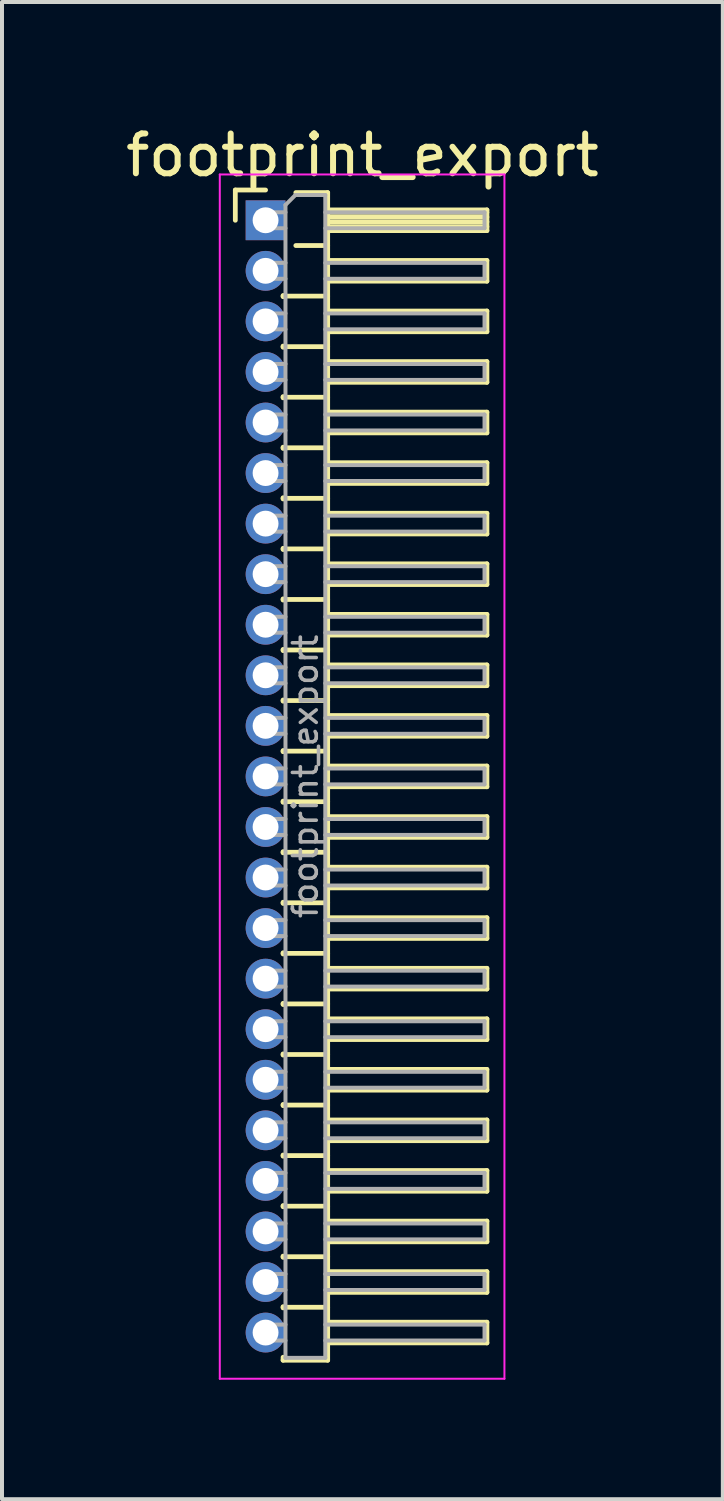
<source format=kicad_pcb>
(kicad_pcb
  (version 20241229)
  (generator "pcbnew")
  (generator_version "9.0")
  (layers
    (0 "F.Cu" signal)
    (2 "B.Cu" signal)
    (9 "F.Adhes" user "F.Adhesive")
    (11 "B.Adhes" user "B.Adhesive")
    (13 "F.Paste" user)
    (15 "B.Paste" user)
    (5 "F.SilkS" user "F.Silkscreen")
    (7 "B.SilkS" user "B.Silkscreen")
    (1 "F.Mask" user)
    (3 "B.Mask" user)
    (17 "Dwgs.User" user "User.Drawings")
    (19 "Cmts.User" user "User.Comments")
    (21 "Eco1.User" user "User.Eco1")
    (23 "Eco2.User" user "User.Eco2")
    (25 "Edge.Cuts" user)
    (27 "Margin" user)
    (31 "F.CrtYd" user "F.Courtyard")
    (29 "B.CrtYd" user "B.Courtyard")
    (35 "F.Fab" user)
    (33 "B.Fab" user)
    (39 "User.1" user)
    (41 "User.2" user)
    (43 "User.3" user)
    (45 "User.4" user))
  (footprint "footprint_export"
    (layer "F.Cu")
    (at 3.621 2.483)
    (property "Reference" "footprint_export" (at 2.433 -1.635 0) (layer "F.SilkS") (effects (font (size 1 1) (thickness 0.15))))
    (attr through_hole)
    (fp_line (start -0.76 -0.76) (end 0 -0.76) (stroke (width 0.12) (type solid)) (layer "F.SilkS"))
    (fp_line (start -0.76 0) (end -0.76 -0.76) (stroke (width 0.12) (type solid)) (layer "F.SilkS"))
    (fp_line (start 0.44 1.89) (end 0.44 1.92) (stroke (width 0.12) (type solid)) (layer "F.SilkS"))
    (fp_line (start 0.44 1.905) (end 1.56 1.905) (stroke (width 0.12) (type solid)) (layer "F.SilkS"))
    (fp_line (start 0.44 3.16) (end 0.44 3.19) (stroke (width 0.12) (type solid)) (layer "F.SilkS"))
    (fp_line (start 0.44 3.175) (end 1.56 3.175) (stroke (width 0.12) (type solid)) (layer "F.SilkS"))
    (fp_line (start 0.44 4.43) (end 0.44 4.46) (stroke (width 0.12) (type solid)) (layer "F.SilkS"))
    (fp_line (start 0.44 4.445) (end 1.56 4.445) (stroke (width 0.12) (type solid)) (layer "F.SilkS"))
    (fp_line (start 0.44 5.7) (end 0.44 5.73) (stroke (width 0.12) (type solid)) (layer "F.SilkS"))
    (fp_line (start 0.44 5.715) (end 1.56 5.715) (stroke (width 0.12) (type solid)) (layer "F.SilkS"))
    (fp_line (start 0.44 6.97) (end 0.44 7) (stroke (width 0.12) (type solid)) (layer "F.SilkS"))
    (fp_line (start 0.44 6.985) (end 1.56 6.985) (stroke (width 0.12) (type solid)) (layer "F.SilkS"))
    (fp_line (start 0.44 8.24) (end 0.44 8.27) (stroke (width 0.12) (type solid)) (layer "F.SilkS"))
    (fp_line (start 0.44 8.255) (end 1.56 8.255) (stroke (width 0.12) (type solid)) (layer "F.SilkS"))
    (fp_line (start 0.44 9.51) (end 0.44 9.54) (stroke (width 0.12) (type solid)) (layer "F.SilkS"))
    (fp_line (start 0.44 9.525) (end 1.56 9.525) (stroke (width 0.12) (type solid)) (layer "F.SilkS"))
    (fp_line (start 0.44 10.78) (end 0.44 10.81) (stroke (width 0.12) (type solid)) (layer "F.SilkS"))
    (fp_line (start 0.44 10.795) (end 1.56 10.795) (stroke (width 0.12) (type solid)) (layer "F.SilkS"))
    (fp_line (start 0.44 12.05) (end 0.44 12.08) (stroke (width 0.12) (type solid)) (layer "F.SilkS"))
    (fp_line (start 0.44 12.065) (end 1.56 12.065) (stroke (width 0.12) (type solid)) (layer "F.SilkS"))
    (fp_line (start 0.44 13.32) (end 0.44 13.35) (stroke (width 0.12) (type solid)) (layer "F.SilkS"))
    (fp_line (start 0.44 13.335) (end 1.56 13.335) (stroke (width 0.12) (type solid)) (layer "F.SilkS"))
    (fp_line (start 0.44 14.59) (end 0.44 14.62) (stroke (width 0.12) (type solid)) (layer "F.SilkS"))
    (fp_line (start 0.44 14.605) (end 1.56 14.605) (stroke (width 0.12) (type solid)) (layer "F.SilkS"))
    (fp_line (start 0.44 15.86) (end 0.44 15.89) (stroke (width 0.12) (type solid)) (layer "F.SilkS"))
    (fp_line (start 0.44 15.875) (end 1.56 15.875) (stroke (width 0.12) (type solid)) (layer "F.SilkS"))
    (fp_line (start 0.44 17.13) (end 0.44 17.16) (stroke (width 0.12) (type solid)) (layer "F.SilkS"))
    (fp_line (start 0.44 17.145) (end 1.56 17.145) (stroke (width 0.12) (type solid)) (layer "F.SilkS"))
    (fp_line (start 0.44 18.4) (end 0.44 18.43) (stroke (width 0.12) (type solid)) (layer "F.SilkS"))
    (fp_line (start 0.44 18.415) (end 1.56 18.415) (stroke (width 0.12) (type solid)) (layer "F.SilkS"))
    (fp_line (start 0.44 19.67) (end 0.44 19.7) (stroke (width 0.12) (type solid)) (layer "F.SilkS"))
    (fp_line (start 0.44 19.685) (end 1.56 19.685) (stroke (width 0.12) (type solid)) (layer "F.SilkS"))
    (fp_line (start 0.44 20.94) (end 0.44 20.97) (stroke (width 0.12) (type solid)) (layer "F.SilkS"))
    (fp_line (start 0.44 20.955) (end 1.56 20.955) (stroke (width 0.12) (type solid)) (layer "F.SilkS"))
    (fp_line (start 0.44 22.21) (end 0.44 22.24) (stroke (width 0.12) (type solid)) (layer "F.SilkS"))
    (fp_line (start 0.44 22.225) (end 1.56 22.225) (stroke (width 0.12) (type solid)) (layer "F.SilkS"))
    (fp_line (start 0.44 23.48) (end 0.44 23.51) (stroke (width 0.12) (type solid)) (layer "F.SilkS"))
    (fp_line (start 0.44 23.495) (end 1.56 23.495) (stroke (width 0.12) (type solid)) (layer "F.SilkS"))
    (fp_line (start 0.44 24.75) (end 0.44 24.78) (stroke (width 0.12) (type solid)) (layer "F.SilkS"))
    (fp_line (start 0.44 24.765) (end 1.56 24.765) (stroke (width 0.12) (type solid)) (layer "F.SilkS"))
    (fp_line (start 0.44 26.02) (end 0.44 26.05) (stroke (width 0.12) (type solid)) (layer "F.SilkS"))
    (fp_line (start 0.44 26.035) (end 1.56 26.035) (stroke (width 0.12) (type solid)) (layer "F.SilkS"))
    (fp_line (start 0.44 27.29) (end 0.44 27.32) (stroke (width 0.12) (type solid)) (layer "F.SilkS"))
    (fp_line (start 0.44 27.305) (end 1.56 27.305) (stroke (width 0.12) (type solid)) (layer "F.SilkS"))
    (fp_line (start 0.44 28.635) (end 0.44 28.56) (stroke (width 0.12) (type solid)) (layer "F.SilkS"))
    (fp_line (start 0.76 -0.695) (end 1.56 -0.695) (stroke (width 0.12) (type solid)) (layer "F.SilkS"))
    (fp_line (start 0.76 0.635) (end 1.56 0.635) (stroke (width 0.12) (type solid)) (layer "F.SilkS"))
    (fp_line (start 1.56 -0.695) (end 1.56 28.635) (stroke (width 0.12) (type solid)) (layer "F.SilkS"))
    (fp_line (start 1.56 -0.26) (end 5.56 -0.26) (stroke (width 0.12) (type solid)) (layer "F.SilkS"))
    (fp_line (start 1.56 -0.2) (end 5.56 -0.2) (stroke (width 0.12) (type solid)) (layer "F.SilkS"))
    (fp_line (start 1.56 -0.08) (end 5.56 -0.08) (stroke (width 0.12) (type solid)) (layer "F.SilkS"))
    (fp_line (start 1.56 0.04) (end 5.56 0.04) (stroke (width 0.12) (type solid)) (layer "F.SilkS"))
    (fp_line (start 1.56 0.16) (end 5.56 0.16) (stroke (width 0.12) (type solid)) (layer "F.SilkS"))
    (fp_line (start 1.56 1.01) (end 5.56 1.01) (stroke (width 0.12) (type solid)) (layer "F.SilkS"))
    (fp_line (start 1.56 2.28) (end 5.56 2.28) (stroke (width 0.12) (type solid)) (layer "F.SilkS"))
    (fp_line (start 1.56 3.55) (end 5.56 3.55) (stroke (width 0.12) (type solid)) (layer "F.SilkS"))
    (fp_line (start 1.56 4.82) (end 5.56 4.82) (stroke (width 0.12) (type solid)) (layer "F.SilkS"))
    (fp_line (start 1.56 6.09) (end 5.56 6.09) (stroke (width 0.12) (type solid)) (layer "F.SilkS"))
    (fp_line (start 1.56 7.36) (end 5.56 7.36) (stroke (width 0.12) (type solid)) (layer "F.SilkS"))
    (fp_line (start 1.56 8.63) (end 5.56 8.63) (stroke (width 0.12) (type solid)) (layer "F.SilkS"))
    (fp_line (start 1.56 9.9) (end 5.56 9.9) (stroke (width 0.12) (type solid)) (layer "F.SilkS"))
    (fp_line (start 1.56 11.17) (end 5.56 11.17) (stroke (width 0.12) (type solid)) (layer "F.SilkS"))
    (fp_line (start 1.56 12.44) (end 5.56 12.44) (stroke (width 0.12) (type solid)) (layer "F.SilkS"))
    (fp_line (start 1.56 13.71) (end 5.56 13.71) (stroke (width 0.12) (type solid)) (layer "F.SilkS"))
    (fp_line (start 1.56 14.98) (end 5.56 14.98) (stroke (width 0.12) (type solid)) (layer "F.SilkS"))
    (fp_line (start 1.56 16.25) (end 5.56 16.25) (stroke (width 0.12) (type solid)) (layer "F.SilkS"))
    (fp_line (start 1.56 17.52) (end 5.56 17.52) (stroke (width 0.12) (type solid)) (layer "F.SilkS"))
    (fp_line (start 1.56 18.79) (end 5.56 18.79) (stroke (width 0.12) (type solid)) (layer "F.SilkS"))
    (fp_line (start 1.56 20.06) (end 5.56 20.06) (stroke (width 0.12) (type solid)) (layer "F.SilkS"))
    (fp_line (start 1.56 21.33) (end 5.56 21.33) (stroke (width 0.12) (type solid)) (layer "F.SilkS"))
    (fp_line (start 1.56 22.6) (end 5.56 22.6) (stroke (width 0.12) (type solid)) (layer "F.SilkS"))
    (fp_line (start 1.56 23.87) (end 5.56 23.87) (stroke (width 0.12) (type solid)) (layer "F.SilkS"))
    (fp_line (start 1.56 25.14) (end 5.56 25.14) (stroke (width 0.12) (type solid)) (layer "F.SilkS"))
    (fp_line (start 1.56 26.41) (end 5.56 26.41) (stroke (width 0.12) (type solid)) (layer "F.SilkS"))
    (fp_line (start 1.56 27.68) (end 5.56 27.68) (stroke (width 0.12) (type solid)) (layer "F.SilkS"))
    (fp_line (start 1.56 28.635) (end 0.44 28.635) (stroke (width 0.12) (type solid)) (layer "F.SilkS"))
    (fp_line (start 5.56 -0.26) (end 5.56 0.26) (stroke (width 0.12) (type solid)) (layer "F.SilkS"))
    (fp_line (start 5.56 0.26) (end 1.56 0.26) (stroke (width 0.12) (type solid)) (layer "F.SilkS"))
    (fp_line (start 5.56 1.01) (end 5.56 1.53) (stroke (width 0.12) (type solid)) (layer "F.SilkS"))
    (fp_line (start 5.56 1.53) (end 1.56 1.53) (stroke (width 0.12) (type solid)) (layer "F.SilkS"))
    (fp_line (start 5.56 2.28) (end 5.56 2.8) (stroke (width 0.12) (type solid)) (layer "F.SilkS"))
    (fp_line (start 5.56 2.8) (end 1.56 2.8) (stroke (width 0.12) (type solid)) (layer "F.SilkS"))
    (fp_line (start 5.56 3.55) (end 5.56 4.07) (stroke (width 0.12) (type solid)) (layer "F.SilkS"))
    (fp_line (start 5.56 4.07) (end 1.56 4.07) (stroke (width 0.12) (type solid)) (layer "F.SilkS"))
    (fp_line (start 5.56 4.82) (end 5.56 5.34) (stroke (width 0.12) (type solid)) (layer "F.SilkS"))
    (fp_line (start 5.56 5.34) (end 1.56 5.34) (stroke (width 0.12) (type solid)) (layer "F.SilkS"))
    (fp_line (start 5.56 6.09) (end 5.56 6.61) (stroke (width 0.12) (type solid)) (layer "F.SilkS"))
    (fp_line (start 5.56 6.61) (end 1.56 6.61) (stroke (width 0.12) (type solid)) (layer "F.SilkS"))
    (fp_line (start 5.56 7.36) (end 5.56 7.88) (stroke (width 0.12) (type solid)) (layer "F.SilkS"))
    (fp_line (start 5.56 7.88) (end 1.56 7.88) (stroke (width 0.12) (type solid)) (layer "F.SilkS"))
    (fp_line (start 5.56 8.63) (end 5.56 9.15) (stroke (width 0.12) (type solid)) (layer "F.SilkS"))
    (fp_line (start 5.56 9.15) (end 1.56 9.15) (stroke (width 0.12) (type solid)) (layer "F.SilkS"))
    (fp_line (start 5.56 9.9) (end 5.56 10.42) (stroke (width 0.12) (type solid)) (layer "F.SilkS"))
    (fp_line (start 5.56 10.42) (end 1.56 10.42) (stroke (width 0.12) (type solid)) (layer "F.SilkS"))
    (fp_line (start 5.56 11.17) (end 5.56 11.69) (stroke (width 0.12) (type solid)) (layer "F.SilkS"))
    (fp_line (start 5.56 11.69) (end 1.56 11.69) (stroke (width 0.12) (type solid)) (layer "F.SilkS"))
    (fp_line (start 5.56 12.44) (end 5.56 12.96) (stroke (width 0.12) (type solid)) (layer "F.SilkS"))
    (fp_line (start 5.56 12.96) (end 1.56 12.96) (stroke (width 0.12) (type solid)) (layer "F.SilkS"))
    (fp_line (start 5.56 13.71) (end 5.56 14.23) (stroke (width 0.12) (type solid)) (layer "F.SilkS"))
    (fp_line (start 5.56 14.23) (end 1.56 14.23) (stroke (width 0.12) (type solid)) (layer "F.SilkS"))
    (fp_line (start 5.56 14.98) (end 5.56 15.5) (stroke (width 0.12) (type solid)) (layer "F.SilkS"))
    (fp_line (start 5.56 15.5) (end 1.56 15.5) (stroke (width 0.12) (type solid)) (layer "F.SilkS"))
    (fp_line (start 5.56 16.25) (end 5.56 16.77) (stroke (width 0.12) (type solid)) (layer "F.SilkS"))
    (fp_line (start 5.56 16.77) (end 1.56 16.77) (stroke (width 0.12) (type solid)) (layer "F.SilkS"))
    (fp_line (start 5.56 17.52) (end 5.56 18.04) (stroke (width 0.12) (type solid)) (layer "F.SilkS"))
    (fp_line (start 5.56 18.04) (end 1.56 18.04) (stroke (width 0.12) (type solid)) (layer "F.SilkS"))
    (fp_line (start 5.56 18.79) (end 5.56 19.31) (stroke (width 0.12) (type solid)) (layer "F.SilkS"))
    (fp_line (start 5.56 19.31) (end 1.56 19.31) (stroke (width 0.12) (type solid)) (layer "F.SilkS"))
    (fp_line (start 5.56 20.06) (end 5.56 20.58) (stroke (width 0.12) (type solid)) (layer "F.SilkS"))
    (fp_line (start 5.56 20.58) (end 1.56 20.58) (stroke (width 0.12) (type solid)) (layer "F.SilkS"))
    (fp_line (start 5.56 21.33) (end 5.56 21.85) (stroke (width 0.12) (type solid)) (layer "F.SilkS"))
    (fp_line (start 5.56 21.85) (end 1.56 21.85) (stroke (width 0.12) (type solid)) (layer "F.SilkS"))
    (fp_line (start 5.56 22.6) (end 5.56 23.12) (stroke (width 0.12) (type solid)) (layer "F.SilkS"))
    (fp_line (start 5.56 23.12) (end 1.56 23.12) (stroke (width 0.12) (type solid)) (layer "F.SilkS"))
    (fp_line (start 5.56 23.87) (end 5.56 24.39) (stroke (width 0.12) (type solid)) (layer "F.SilkS"))
    (fp_line (start 5.56 24.39) (end 1.56 24.39) (stroke (width 0.12) (type solid)) (layer "F.SilkS"))
    (fp_line (start 5.56 25.14) (end 5.56 25.66) (stroke (width 0.12) (type solid)) (layer "F.SilkS"))
    (fp_line (start 5.56 25.66) (end 1.56 25.66) (stroke (width 0.12) (type solid)) (layer "F.SilkS"))
    (fp_line (start 5.56 26.41) (end 5.56 26.93) (stroke (width 0.12) (type solid)) (layer "F.SilkS"))
    (fp_line (start 5.56 26.93) (end 1.56 26.93) (stroke (width 0.12) (type solid)) (layer "F.SilkS"))
    (fp_line (start 5.56 27.68) (end 5.56 28.2) (stroke (width 0.12) (type solid)) (layer "F.SilkS"))
    (fp_line (start 5.56 28.2) (end 1.56 28.2) (stroke (width 0.12) (type solid)) (layer "F.SilkS"))
    (fp_line (start -1.15 -1.15) (end -1.15 29.1) (stroke (width 0.05) (type solid)) (layer "F.CrtYd"))
    (fp_line (start -1.15 29.1) (end 6 29.1) (stroke (width 0.05) (type solid)) (layer "F.CrtYd"))
    (fp_line (start 6 -1.15) (end -1.15 -1.15) (stroke (width 0.05) (type solid)) (layer "F.CrtYd"))
    (fp_line (start 6 29.1) (end 6 -1.15) (stroke (width 0.05) (type solid)) (layer "F.CrtYd"))
    (fp_line (start -0.2 -0.2) (end -0.2 0.2) (stroke (width 0.1) (type solid)) (layer "F.Fab"))
    (fp_line (start -0.2 -0.2) (end 0.5 -0.2) (stroke (width 0.1) (type solid)) (layer "F.Fab"))
    (fp_line (start -0.2 0.2) (end 0.5 0.2) (stroke (width 0.1) (type solid)) (layer "F.Fab"))
    (fp_line (start -0.2 1.07) (end -0.2 1.47) (stroke (width 0.1) (type solid)) (layer "F.Fab"))
    (fp_line (start -0.2 1.07) (end 0.5 1.07) (stroke (width 0.1) (type solid)) (layer "F.Fab"))
    (fp_line (start -0.2 1.47) (end 0.5 1.47) (stroke (width 0.1) (type solid)) (layer "F.Fab"))
    (fp_line (start -0.2 2.34) (end -0.2 2.74) (stroke (width 0.1) (type solid)) (layer "F.Fab"))
    (fp_line (start -0.2 2.34) (end 0.5 2.34) (stroke (width 0.1) (type solid)) (layer "F.Fab"))
    (fp_line (start -0.2 2.74) (end 0.5 2.74) (stroke (width 0.1) (type solid)) (layer "F.Fab"))
    (fp_line (start -0.2 3.61) (end -0.2 4.01) (stroke (width 0.1) (type solid)) (layer "F.Fab"))
    (fp_line (start -0.2 3.61) (end 0.5 3.61) (stroke (width 0.1) (type solid)) (layer "F.Fab"))
    (fp_line (start -0.2 4.01) (end 0.5 4.01) (stroke (width 0.1) (type solid)) (layer "F.Fab"))
    (fp_line (start -0.2 4.88) (end -0.2 5.28) (stroke (width 0.1) (type solid)) (layer "F.Fab"))
    (fp_line (start -0.2 4.88) (end 0.5 4.88) (stroke (width 0.1) (type solid)) (layer "F.Fab"))
    (fp_line (start -0.2 5.28) (end 0.5 5.28) (stroke (width 0.1) (type solid)) (layer "F.Fab"))
    (fp_line (start -0.2 6.15) (end -0.2 6.55) (stroke (width 0.1) (type solid)) (layer "F.Fab"))
    (fp_line (start -0.2 6.15) (end 0.5 6.15) (stroke (width 0.1) (type solid)) (layer "F.Fab"))
    (fp_line (start -0.2 6.55) (end 0.5 6.55) (stroke (width 0.1) (type solid)) (layer "F.Fab"))
    (fp_line (start -0.2 7.42) (end -0.2 7.82) (stroke (width 0.1) (type solid)) (layer "F.Fab"))
    (fp_line (start -0.2 7.42) (end 0.5 7.42) (stroke (width 0.1) (type solid)) (layer "F.Fab"))
    (fp_line (start -0.2 7.82) (end 0.5 7.82) (stroke (width 0.1) (type solid)) (layer "F.Fab"))
    (fp_line (start -0.2 8.69) (end -0.2 9.09) (stroke (width 0.1) (type solid)) (layer "F.Fab"))
    (fp_line (start -0.2 8.69) (end 0.5 8.69) (stroke (width 0.1) (type solid)) (layer "F.Fab"))
    (fp_line (start -0.2 9.09) (end 0.5 9.09) (stroke (width 0.1) (type solid)) (layer "F.Fab"))
    (fp_line (start -0.2 9.96) (end -0.2 10.36) (stroke (width 0.1) (type solid)) (layer "F.Fab"))
    (fp_line (start -0.2 9.96) (end 0.5 9.96) (stroke (width 0.1) (type solid)) (layer "F.Fab"))
    (fp_line (start -0.2 10.36) (end 0.5 10.36) (stroke (width 0.1) (type solid)) (layer "F.Fab"))
    (fp_line (start -0.2 11.23) (end -0.2 11.63) (stroke (width 0.1) (type solid)) (layer "F.Fab"))
    (fp_line (start -0.2 11.23) (end 0.5 11.23) (stroke (width 0.1) (type solid)) (layer "F.Fab"))
    (fp_line (start -0.2 11.63) (end 0.5 11.63) (stroke (width 0.1) (type solid)) (layer "F.Fab"))
    (fp_line (start -0.2 12.5) (end -0.2 12.9) (stroke (width 0.1) (type solid)) (layer "F.Fab"))
    (fp_line (start -0.2 12.5) (end 0.5 12.5) (stroke (width 0.1) (type solid)) (layer "F.Fab"))
    (fp_line (start -0.2 12.9) (end 0.5 12.9) (stroke (width 0.1) (type solid)) (layer "F.Fab"))
    (fp_line (start -0.2 13.77) (end -0.2 14.17) (stroke (width 0.1) (type solid)) (layer "F.Fab"))
    (fp_line (start -0.2 13.77) (end 0.5 13.77) (stroke (width 0.1) (type solid)) (layer "F.Fab"))
    (fp_line (start -0.2 14.17) (end 0.5 14.17) (stroke (width 0.1) (type solid)) (layer "F.Fab"))
    (fp_line (start -0.2 15.04) (end -0.2 15.44) (stroke (width 0.1) (type solid)) (layer "F.Fab"))
    (fp_line (start -0.2 15.04) (end 0.5 15.04) (stroke (width 0.1) (type solid)) (layer "F.Fab"))
    (fp_line (start -0.2 15.44) (end 0.5 15.44) (stroke (width 0.1) (type solid)) (layer "F.Fab"))
    (fp_line (start -0.2 16.31) (end -0.2 16.71) (stroke (width 0.1) (type solid)) (layer "F.Fab"))
    (fp_line (start -0.2 16.31) (end 0.5 16.31) (stroke (width 0.1) (type solid)) (layer "F.Fab"))
    (fp_line (start -0.2 16.71) (end 0.5 16.71) (stroke (width 0.1) (type solid)) (layer "F.Fab"))
    (fp_line (start -0.2 17.58) (end -0.2 17.98) (stroke (width 0.1) (type solid)) (layer "F.Fab"))
    (fp_line (start -0.2 17.58) (end 0.5 17.58) (stroke (width 0.1) (type solid)) (layer "F.Fab"))
    (fp_line (start -0.2 17.98) (end 0.5 17.98) (stroke (width 0.1) (type solid)) (layer "F.Fab"))
    (fp_line (start -0.2 18.85) (end -0.2 19.25) (stroke (width 0.1) (type solid)) (layer "F.Fab"))
    (fp_line (start -0.2 18.85) (end 0.5 18.85) (stroke (width 0.1) (type solid)) (layer "F.Fab"))
    (fp_line (start -0.2 19.25) (end 0.5 19.25) (stroke (width 0.1) (type solid)) (layer "F.Fab"))
    (fp_line (start -0.2 20.12) (end -0.2 20.52) (stroke (width 0.1) (type solid)) (layer "F.Fab"))
    (fp_line (start -0.2 20.12) (end 0.5 20.12) (stroke (width 0.1) (type solid)) (layer "F.Fab"))
    (fp_line (start -0.2 20.52) (end 0.5 20.52) (stroke (width 0.1) (type solid)) (layer "F.Fab"))
    (fp_line (start -0.2 21.39) (end -0.2 21.79) (stroke (width 0.1) (type solid)) (layer "F.Fab"))
    (fp_line (start -0.2 21.39) (end 0.5 21.39) (stroke (width 0.1) (type solid)) (layer "F.Fab"))
    (fp_line (start -0.2 21.79) (end 0.5 21.79) (stroke (width 0.1) (type solid)) (layer "F.Fab"))
    (fp_line (start -0.2 22.66) (end -0.2 23.06) (stroke (width 0.1) (type solid)) (layer "F.Fab"))
    (fp_line (start -0.2 22.66) (end 0.5 22.66) (stroke (width 0.1) (type solid)) (layer "F.Fab"))
    (fp_line (start -0.2 23.06) (end 0.5 23.06) (stroke (width 0.1) (type solid)) (layer "F.Fab"))
    (fp_line (start -0.2 23.93) (end -0.2 24.33) (stroke (width 0.1) (type solid)) (layer "F.Fab"))
    (fp_line (start -0.2 23.93) (end 0.5 23.93) (stroke (width 0.1) (type solid)) (layer "F.Fab"))
    (fp_line (start -0.2 24.33) (end 0.5 24.33) (stroke (width 0.1) (type solid)) (layer "F.Fab"))
    (fp_line (start -0.2 25.2) (end -0.2 25.6) (stroke (width 0.1) (type solid)) (layer "F.Fab"))
    (fp_line (start -0.2 25.2) (end 0.5 25.2) (stroke (width 0.1) (type solid)) (layer "F.Fab"))
    (fp_line (start -0.2 25.6) (end 0.5 25.6) (stroke (width 0.1) (type solid)) (layer "F.Fab"))
    (fp_line (start -0.2 26.47) (end -0.2 26.87) (stroke (width 0.1) (type solid)) (layer "F.Fab"))
    (fp_line (start -0.2 26.47) (end 0.5 26.47) (stroke (width 0.1) (type solid)) (layer "F.Fab"))
    (fp_line (start -0.2 26.87) (end 0.5 26.87) (stroke (width 0.1) (type solid)) (layer "F.Fab"))
    (fp_line (start -0.2 27.74) (end -0.2 28.14) (stroke (width 0.1) (type solid)) (layer "F.Fab"))
    (fp_line (start -0.2 27.74) (end 0.5 27.74) (stroke (width 0.1) (type solid)) (layer "F.Fab"))
    (fp_line (start -0.2 28.14) (end 0.5 28.14) (stroke (width 0.1) (type solid)) (layer "F.Fab"))
    (fp_line (start 0.5 -0.385) (end 0.75 -0.635) (stroke (width 0.1) (type solid)) (layer "F.Fab"))
    (fp_line (start 0.5 28.575) (end 0.5 -0.385) (stroke (width 0.1) (type solid)) (layer "F.Fab"))
    (fp_line (start 0.75 -0.635) (end 1.5 -0.635) (stroke (width 0.1) (type solid)) (layer "F.Fab"))
    (fp_line (start 1.5 -0.635) (end 1.5 28.575) (stroke (width 0.1) (type solid)) (layer "F.Fab"))
    (fp_line (start 1.5 -0.2) (end 5.5 -0.2) (stroke (width 0.1) (type solid)) (layer "F.Fab"))
    (fp_line (start 1.5 0.2) (end 5.5 0.2) (stroke (width 0.1) (type solid)) (layer "F.Fab"))
    (fp_line (start 1.5 1.07) (end 5.5 1.07) (stroke (width 0.1) (type solid)) (layer "F.Fab"))
    (fp_line (start 1.5 1.47) (end 5.5 1.47) (stroke (width 0.1) (type solid)) (layer "F.Fab"))
    (fp_line (start 1.5 2.34) (end 5.5 2.34) (stroke (width 0.1) (type solid)) (layer "F.Fab"))
    (fp_line (start 1.5 2.74) (end 5.5 2.74) (stroke (width 0.1) (type solid)) (layer "F.Fab"))
    (fp_line (start 1.5 3.61) (end 5.5 3.61) (stroke (width 0.1) (type solid)) (layer "F.Fab"))
    (fp_line (start 1.5 4.01) (end 5.5 4.01) (stroke (width 0.1) (type solid)) (layer "F.Fab"))
    (fp_line (start 1.5 4.88) (end 5.5 4.88) (stroke (width 0.1) (type solid)) (layer "F.Fab"))
    (fp_line (start 1.5 5.28) (end 5.5 5.28) (stroke (width 0.1) (type solid)) (layer "F.Fab"))
    (fp_line (start 1.5 6.15) (end 5.5 6.15) (stroke (width 0.1) (type solid)) (layer "F.Fab"))
    (fp_line (start 1.5 6.55) (end 5.5 6.55) (stroke (width 0.1) (type solid)) (layer "F.Fab"))
    (fp_line (start 1.5 7.42) (end 5.5 7.42) (stroke (width 0.1) (type solid)) (layer "F.Fab"))
    (fp_line (start 1.5 7.82) (end 5.5 7.82) (stroke (width 0.1) (type solid)) (layer "F.Fab"))
    (fp_line (start 1.5 8.69) (end 5.5 8.69) (stroke (width 0.1) (type solid)) (layer "F.Fab"))
    (fp_line (start 1.5 9.09) (end 5.5 9.09) (stroke (width 0.1) (type solid)) (layer "F.Fab"))
    (fp_line (start 1.5 9.96) (end 5.5 9.96) (stroke (width 0.1) (type solid)) (layer "F.Fab"))
    (fp_line (start 1.5 10.36) (end 5.5 10.36) (stroke (width 0.1) (type solid)) (layer "F.Fab"))
    (fp_line (start 1.5 11.23) (end 5.5 11.23) (stroke (width 0.1) (type solid)) (layer "F.Fab"))
    (fp_line (start 1.5 11.63) (end 5.5 11.63) (stroke (width 0.1) (type solid)) (layer "F.Fab"))
    (fp_line (start 1.5 12.5) (end 5.5 12.5) (stroke (width 0.1) (type solid)) (layer "F.Fab"))
    (fp_line (start 1.5 12.9) (end 5.5 12.9) (stroke (width 0.1) (type solid)) (layer "F.Fab"))
    (fp_line (start 1.5 13.77) (end 5.5 13.77) (stroke (width 0.1) (type solid)) (layer "F.Fab"))
    (fp_line (start 1.5 14.17) (end 5.5 14.17) (stroke (width 0.1) (type solid)) (layer "F.Fab"))
    (fp_line (start 1.5 15.04) (end 5.5 15.04) (stroke (width 0.1) (type solid)) (layer "F.Fab"))
    (fp_line (start 1.5 15.44) (end 5.5 15.44) (stroke (width 0.1) (type solid)) (layer "F.Fab"))
    (fp_line (start 1.5 16.31) (end 5.5 16.31) (stroke (width 0.1) (type solid)) (layer "F.Fab"))
    (fp_line (start 1.5 16.71) (end 5.5 16.71) (stroke (width 0.1) (type solid)) (layer "F.Fab"))
    (fp_line (start 1.5 17.58) (end 5.5 17.58) (stroke (width 0.1) (type solid)) (layer "F.Fab"))
    (fp_line (start 1.5 17.98) (end 5.5 17.98) (stroke (width 0.1) (type solid)) (layer "F.Fab"))
    (fp_line (start 1.5 18.85) (end 5.5 18.85) (stroke (width 0.1) (type solid)) (layer "F.Fab"))
    (fp_line (start 1.5 19.25) (end 5.5 19.25) (stroke (width 0.1) (type solid)) (layer "F.Fab"))
    (fp_line (start 1.5 20.12) (end 5.5 20.12) (stroke (width 0.1) (type solid)) (layer "F.Fab"))
    (fp_line (start 1.5 20.52) (end 5.5 20.52) (stroke (width 0.1) (type solid)) (layer "F.Fab"))
    (fp_line (start 1.5 21.39) (end 5.5 21.39) (stroke (width 0.1) (type solid)) (layer "F.Fab"))
    (fp_line (start 1.5 21.79) (end 5.5 21.79) (stroke (width 0.1) (type solid)) (layer "F.Fab"))
    (fp_line (start 1.5 22.66) (end 5.5 22.66) (stroke (width 0.1) (type solid)) (layer "F.Fab"))
    (fp_line (start 1.5 23.06) (end 5.5 23.06) (stroke (width 0.1) (type solid)) (layer "F.Fab"))
    (fp_line (start 1.5 23.93) (end 5.5 23.93) (stroke (width 0.1) (type solid)) (layer "F.Fab"))
    (fp_line (start 1.5 24.33) (end 5.5 24.33) (stroke (width 0.1) (type solid)) (layer "F.Fab"))
    (fp_line (start 1.5 25.2) (end 5.5 25.2) (stroke (width 0.1) (type solid)) (layer "F.Fab"))
    (fp_line (start 1.5 25.6) (end 5.5 25.6) (stroke (width 0.1) (type solid)) (layer "F.Fab"))
    (fp_line (start 1.5 26.47) (end 5.5 26.47) (stroke (width 0.1) (type solid)) (layer "F.Fab"))
    (fp_line (start 1.5 26.87) (end 5.5 26.87) (stroke (width 0.1) (type solid)) (layer "F.Fab"))
    (fp_line (start 1.5 27.74) (end 5.5 27.74) (stroke (width 0.1) (type solid)) (layer "F.Fab"))
    (fp_line (start 1.5 28.14) (end 5.5 28.14) (stroke (width 0.1) (type solid)) (layer "F.Fab"))
    (fp_line (start 1.5 28.575) (end 0.5 28.575) (stroke (width 0.1) (type solid)) (layer "F.Fab"))
    (fp_line (start 5.5 -0.2) (end 5.5 0.2) (stroke (width 0.1) (type solid)) (layer "F.Fab"))
    (fp_line (start 5.5 1.07) (end 5.5 1.47) (stroke (width 0.1) (type solid)) (layer "F.Fab"))
    (fp_line (start 5.5 2.34) (end 5.5 2.74) (stroke (width 0.1) (type solid)) (layer "F.Fab"))
    (fp_line (start 5.5 3.61) (end 5.5 4.01) (stroke (width 0.1) (type solid)) (layer "F.Fab"))
    (fp_line (start 5.5 4.88) (end 5.5 5.28) (stroke (width 0.1) (type solid)) (layer "F.Fab"))
    (fp_line (start 5.5 6.15) (end 5.5 6.55) (stroke (width 0.1) (type solid)) (layer "F.Fab"))
    (fp_line (start 5.5 7.42) (end 5.5 7.82) (stroke (width 0.1) (type solid)) (layer "F.Fab"))
    (fp_line (start 5.5 8.69) (end 5.5 9.09) (stroke (width 0.1) (type solid)) (layer "F.Fab"))
    (fp_line (start 5.5 9.96) (end 5.5 10.36) (stroke (width 0.1) (type solid)) (layer "F.Fab"))
    (fp_line (start 5.5 11.23) (end 5.5 11.63) (stroke (width 0.1) (type solid)) (layer "F.Fab"))
    (fp_line (start 5.5 12.5) (end 5.5 12.9) (stroke (width 0.1) (type solid)) (layer "F.Fab"))
    (fp_line (start 5.5 13.77) (end 5.5 14.17) (stroke (width 0.1) (type solid)) (layer "F.Fab"))
    (fp_line (start 5.5 15.04) (end 5.5 15.44) (stroke (width 0.1) (type solid)) (layer "F.Fab"))
    (fp_line (start 5.5 16.31) (end 5.5 16.71) (stroke (width 0.1) (type solid)) (layer "F.Fab"))
    (fp_line (start 5.5 17.58) (end 5.5 17.98) (stroke (width 0.1) (type solid)) (layer "F.Fab"))
    (fp_line (start 5.5 18.85) (end 5.5 19.25) (stroke (width 0.1) (type solid)) (layer "F.Fab"))
    (fp_line (start 5.5 20.12) (end 5.5 20.52) (stroke (width 0.1) (type solid)) (layer "F.Fab"))
    (fp_line (start 5.5 21.39) (end 5.5 21.79) (stroke (width 0.1) (type solid)) (layer "F.Fab"))
    (fp_line (start 5.5 22.66) (end 5.5 23.06) (stroke (width 0.1) (type solid)) (layer "F.Fab"))
    (fp_line (start 5.5 23.93) (end 5.5 24.33) (stroke (width 0.1) (type solid)) (layer "F.Fab"))
    (fp_line (start 5.5 25.2) (end 5.5 25.6) (stroke (width 0.1) (type solid)) (layer "F.Fab"))
    (fp_line (start 5.5 26.47) (end 5.5 26.87) (stroke (width 0.1) (type solid)) (layer "F.Fab"))
    (fp_line (start 5.5 27.74) (end 5.5 28.14) (stroke (width 0.1) (type solid)) (layer "F.Fab"))
    (fp_text user "${REFERENCE}" (at 1 13.97 90) (layer "F.Fab") (effects (font (size 0.6 0.6) (thickness 0.09))))
    (pad "1" thru_hole rect (at 0 0) (size 1 1) (drill 0.65) (layers "*.Cu" "*.Mask"))
    (pad "2" thru_hole oval (at 0 1.27) (size 1 1) (drill 0.65) (layers "*.Cu" "*.Mask"))
    (pad "3" thru_hole oval (at 0 2.54) (size 1 1) (drill 0.65) (layers "*.Cu" "*.Mask"))
    (pad "4" thru_hole oval (at 0 3.81) (size 1 1) (drill 0.65) (layers "*.Cu" "*.Mask"))
    (pad "5" thru_hole oval (at 0 5.08) (size 1 1) (drill 0.65) (layers "*.Cu" "*.Mask"))
    (pad "6" thru_hole oval (at 0 6.35) (size 1 1) (drill 0.65) (layers "*.Cu" "*.Mask"))
    (pad "7" thru_hole oval (at 0 7.62) (size 1 1) (drill 0.65) (layers "*.Cu" "*.Mask"))
    (pad "8" thru_hole oval (at 0 8.89) (size 1 1) (drill 0.65) (layers "*.Cu" "*.Mask"))
    (pad "9" thru_hole oval (at 0 10.16) (size 1 1) (drill 0.65) (layers "*.Cu" "*.Mask"))
    (pad "10" thru_hole oval (at 0 11.43) (size 1 1) (drill 0.65) (layers "*.Cu" "*.Mask"))
    (pad "11" thru_hole oval (at 0 12.7) (size 1 1) (drill 0.65) (layers "*.Cu" "*.Mask"))
    (pad "12" thru_hole oval (at 0 13.97) (size 1 1) (drill 0.65) (layers "*.Cu" "*.Mask"))
    (pad "13" thru_hole oval (at 0 15.24) (size 1 1) (drill 0.65) (layers "*.Cu" "*.Mask"))
    (pad "14" thru_hole oval (at 0 16.51) (size 1 1) (drill 0.65) (layers "*.Cu" "*.Mask"))
    (pad "15" thru_hole oval (at 0 17.78) (size 1 1) (drill 0.65) (layers "*.Cu" "*.Mask"))
    (pad "16" thru_hole oval (at 0 19.05) (size 1 1) (drill 0.65) (layers "*.Cu" "*.Mask"))
    (pad "17" thru_hole oval (at 0 20.32) (size 1 1) (drill 0.65) (layers "*.Cu" "*.Mask"))
    (pad "18" thru_hole oval (at 0 21.59) (size 1 1) (drill 0.65) (layers "*.Cu" "*.Mask"))
    (pad "19" thru_hole oval (at 0 22.86) (size 1 1) (drill 0.65) (layers "*.Cu" "*.Mask"))
    (pad "20" thru_hole oval (at 0 24.13) (size 1 1) (drill 0.65) (layers "*.Cu" "*.Mask"))
    (pad "21" thru_hole oval (at 0 25.4) (size 1 1) (drill 0.65) (layers "*.Cu" "*.Mask"))
    (pad "22" thru_hole oval (at 0 26.67) (size 1 1) (drill 0.65) (layers "*.Cu" "*.Mask"))
    (pad "23" thru_hole oval (at 0 27.94) (size 1 1) (drill 0.65) (layers "*.Cu" "*.Mask")))
  (gr_rect
    (start -3 -3)
    (end 15.107 34.608)
    (stroke (width 0.1) (type default))
    (fill no)
    (layer "Edge.Cuts")))
</source>
